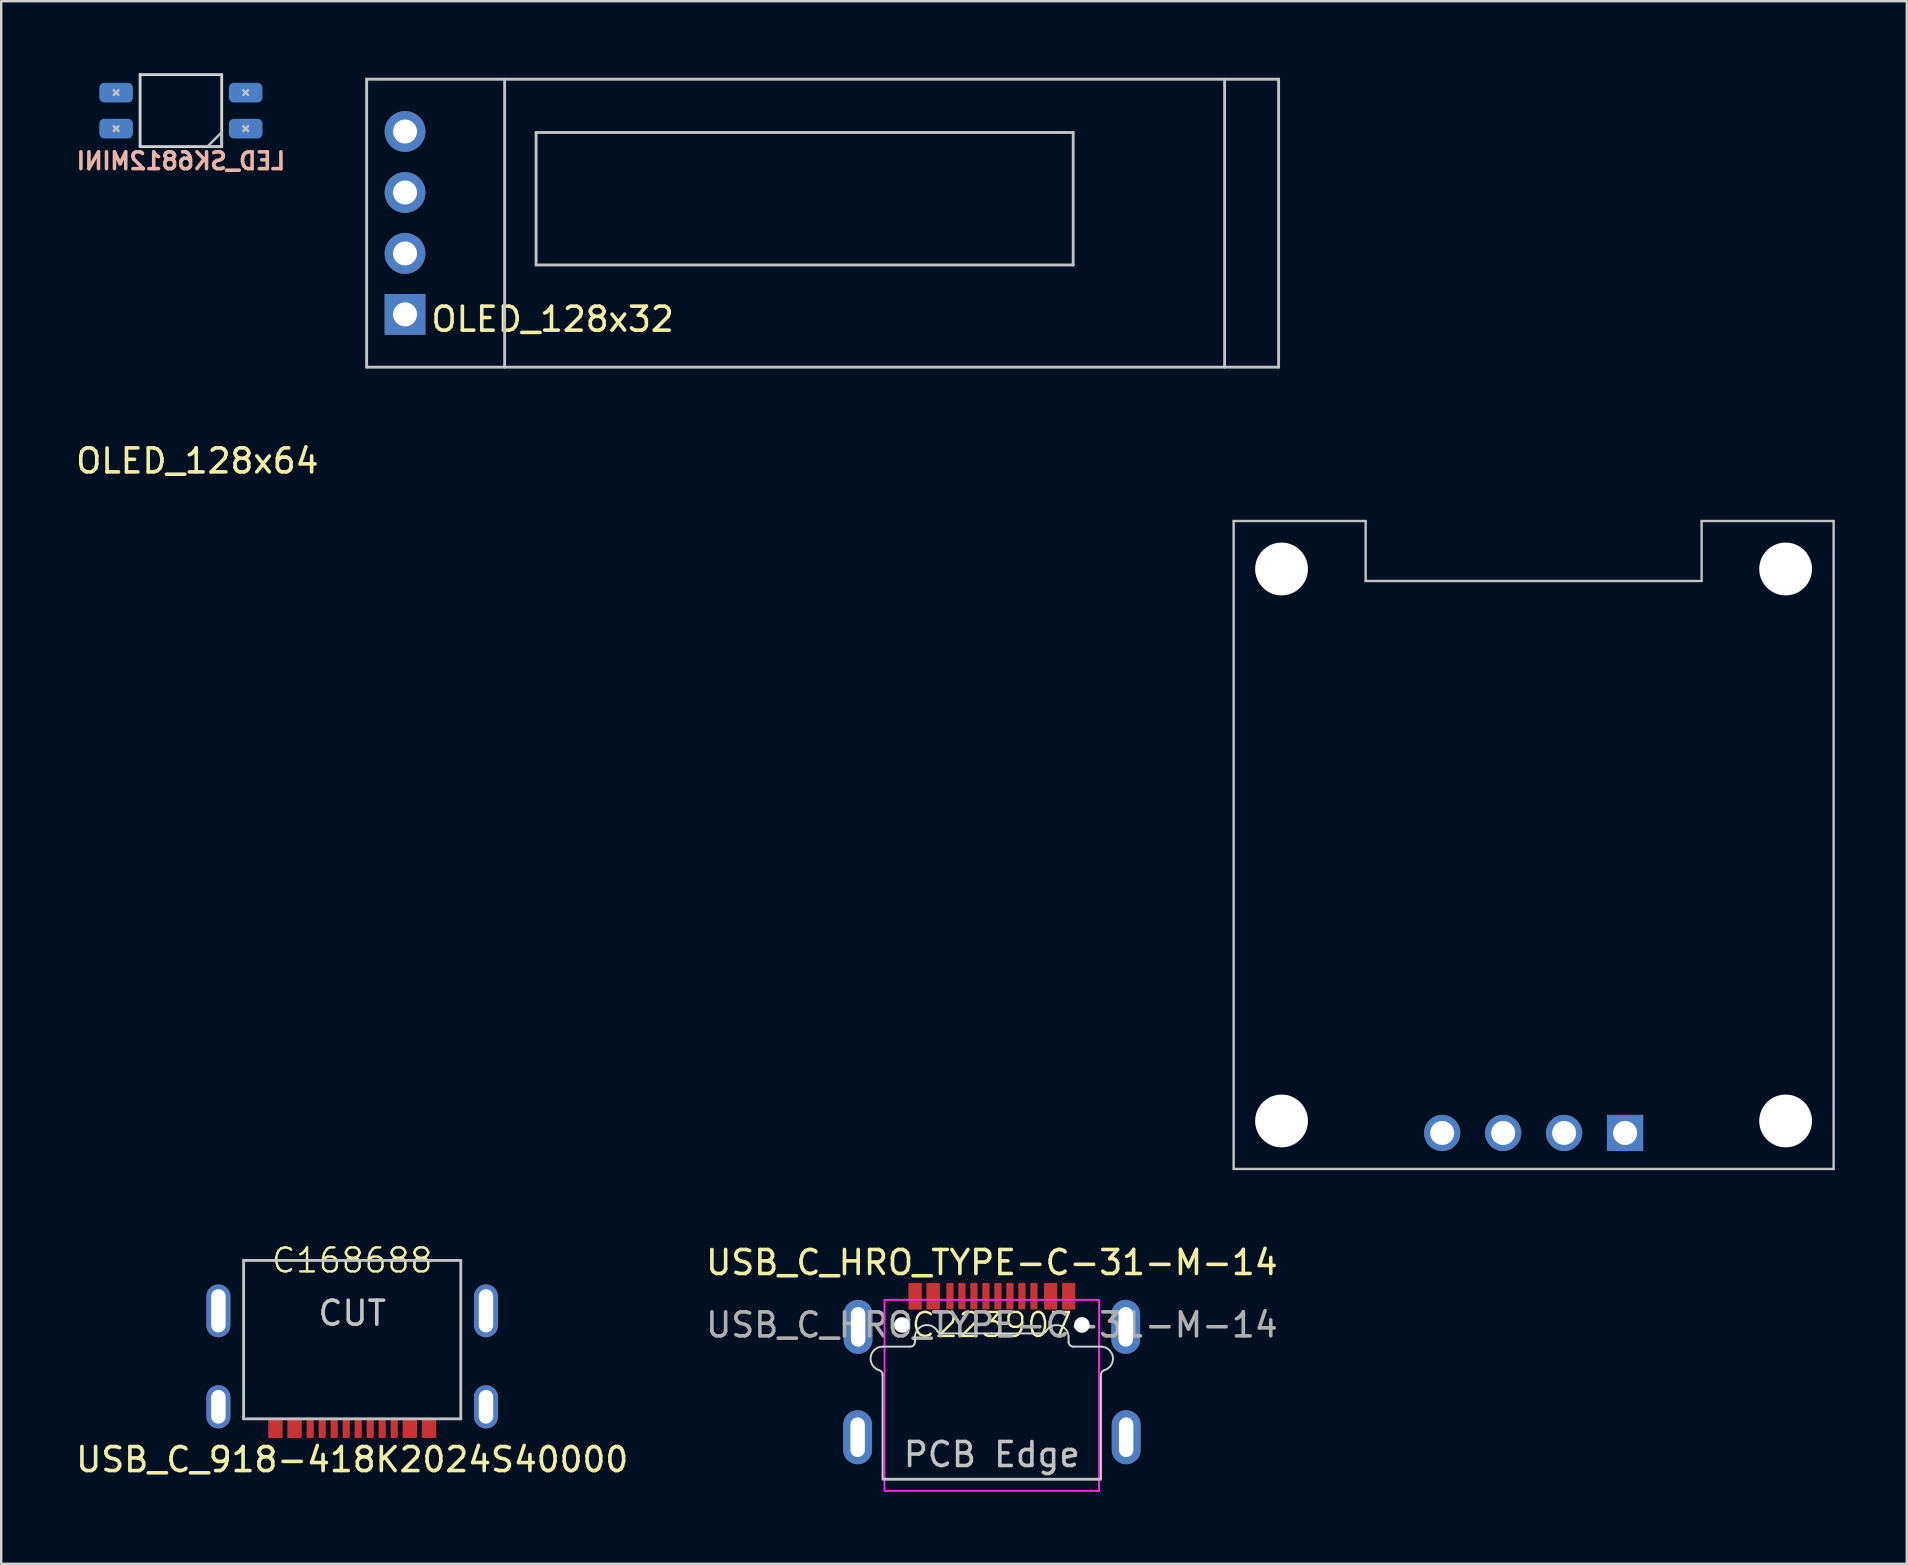
<source format=kicad_pcb>
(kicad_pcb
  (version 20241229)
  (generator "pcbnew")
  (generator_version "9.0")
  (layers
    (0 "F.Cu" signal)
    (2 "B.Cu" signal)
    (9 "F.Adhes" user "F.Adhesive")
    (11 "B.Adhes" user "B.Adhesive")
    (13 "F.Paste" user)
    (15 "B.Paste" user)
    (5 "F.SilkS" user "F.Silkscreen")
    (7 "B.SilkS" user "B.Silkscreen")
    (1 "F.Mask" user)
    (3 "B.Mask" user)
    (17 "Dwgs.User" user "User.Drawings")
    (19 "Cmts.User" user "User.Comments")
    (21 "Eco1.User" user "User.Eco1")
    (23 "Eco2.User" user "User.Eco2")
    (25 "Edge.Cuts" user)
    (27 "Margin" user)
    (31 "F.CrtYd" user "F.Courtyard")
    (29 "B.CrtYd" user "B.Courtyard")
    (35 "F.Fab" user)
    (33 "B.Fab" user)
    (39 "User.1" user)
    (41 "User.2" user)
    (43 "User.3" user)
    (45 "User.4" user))
  (footprint "USB_C_HRO_TYPE-C-31-M-14"
    (layer "F.Cu")
    (at 38.28 52.157)
    (property "Reference" "USB_C_HRO_TYPE-C-31-M-14" (at 0 -2.6 180) (layer "F.SilkS") (effects (font (size 1 1) (thickness 0.15))))
    (property "LCSC" "C223907" (at 0 0 0) (unlocked yes) (layer "F.SilkS") (effects (font (size 1 1) (thickness 0.1))))
    (attr smd)
    (fp_line (start -4.525 6.43) (end 4.525 6.43) (stroke (width 0.12) (type solid)) (layer "Dwgs.User"))
    (fp_line (start -4.555 2.076) (end -4.555 6.435) (stroke (width 0.08) (type solid)) (layer "Edge.Cuts"))
    (fp_line (start -3.405 0.905) (end -4.555 0.905) (stroke (width 0.08) (type solid)) (layer "Edge.Cuts"))
    (fp_line (start -3.205 0.505) (end -3.205 0.705) (stroke (width 0.08) (type solid)) (layer "Edge.Cuts"))
    (fp_line (start -0.005 0.355) (end -2.099 0.355) (stroke (width 0.08) (type solid)) (layer "Edge.Cuts"))
    (fp_line (start -0.005 0.355) (end 2.089 0.355) (stroke (width 0.08) (type solid)) (layer "Edge.Cuts"))
    (fp_line (start 3.195 0.505) (end 3.195 0.705) (stroke (width 0.08) (type solid)) (layer "Edge.Cuts"))
    (fp_line (start 3.395 0.905) (end 4.545 0.905) (stroke (width 0.08) (type solid)) (layer "Edge.Cuts"))
    (fp_line (start 4.545 2.076) (end 4.545 6.435) (stroke (width 0.08) (type solid)) (layer "Edge.Cuts"))
    (fp_arc (start -4.697856 1.884157) (mid -5.04976 1.332815) (end -4.554999 0.905) (stroke (width 0.08) (type solid)) (layer "Edge.Cuts"))
    (fp_arc (start -4.697856 1.884158) (mid -4.594642 1.956298) (end -4.554999 2.075821) (stroke (width 0.08) (type solid)) (layer "Edge.Cuts"))
    (fp_arc (start -3.204999 0.505) (mid -2.834408 0.022037) (end -2.271986 0.255) (stroke (width 0.08) (type solid)) (layer "Edge.Cuts"))
    (fp_arc (start -3.204998 0.705) (mid -3.263577 0.846421) (end -3.404998 0.905) (stroke (width 0.08) (type solid)) (layer "Edge.Cuts"))
    (fp_arc (start -2.098781 0.355) (mid -2.198781 0.328205) (end -2.271986 0.255) (stroke (width 0.08) (type solid)) (layer "Edge.Cuts"))
    (fp_arc (start 2.261988 0.255) (mid 2.188783 0.328205) (end 2.088783 0.355) (stroke (width 0.08) (type solid)) (layer "Edge.Cuts"))
    (fp_arc (start 2.261988 0.255) (mid 2.824411 0.022037) (end 3.195001 0.505) (stroke (width 0.08) (type solid)) (layer "Edge.Cuts"))
    (fp_arc (start 3.395 0.904999) (mid 3.253579 0.846421) (end 3.195001 0.705) (stroke (width 0.08) (type solid)) (layer "Edge.Cuts"))
    (fp_arc (start 4.545001 0.904999) (mid 5.039764 1.332815) (end 4.687858 1.884158) (stroke (width 0.08) (type solid)) (layer "Edge.Cuts"))
    (fp_arc (start 4.545001 2.075821) (mid 4.584644 1.956298) (end 4.687858 1.884158) (stroke (width 0.08) (type solid)) (layer "Edge.Cuts"))
    (fp_line (start -4.475 -1.045) (end 4.465 -1.045) (stroke (width 0.08) (type solid)) (layer "F.CrtYd"))
    (fp_line (start -4.475 6.915) (end -4.475 -1.045) (stroke (width 0.08) (type solid)) (layer "F.CrtYd"))
    (fp_line (start 4.465 -1.045) (end 4.465 6.915) (stroke (width 0.08) (type solid)) (layer "F.CrtYd"))
    (fp_line (start 4.465 6.915) (end -4.475 6.915) (stroke (width 0.08) (type solid)) (layer "F.CrtYd"))
    (fp_text user "PCB Edge" (at 0 5.4 0) (layer "Dwgs.User") (effects (font (size 1 1) (thickness 0.15))))
    (fp_text user "${REFERENCE}" (at 0 0 0) (layer "F.Fab") (effects (font (size 1 1) (thickness 0.15))))
    (pad "" np_thru_hole circle (at -3.75 0) (size 0.65 0.65) (drill 0.65) (layers "*.Cu" "*.Mask"))
    (pad "" np_thru_hole circle (at 3.75 0) (size 0.65 0.65) (drill 0.65) (layers "*.Cu" "*.Mask"))
    (pad "A1" smd rect (at -3.2 -1.2 180) (size 0.54 1.1) (layers "F.Cu" "F.Mask" "F.Paste"))
    (pad "A4" smd rect (at -2.45 -1.2 180) (size 0.54 1.1) (layers "F.Cu" "F.Mask" "F.Paste"))
    (pad "A5" smd rect (at -1.25 -1.2 180) (size 0.3 1.1) (layers "F.Cu" "F.Mask" "F.Paste"))
    (pad "A6" smd rect (at -0.25 -1.2 180) (size 0.3 1.1) (layers "F.Cu" "F.Mask" "F.Paste"))
    (pad "A7" smd rect (at 0.25 -1.2 180) (size 0.3 1.1) (layers "F.Cu" "F.Mask" "F.Paste"))
    (pad "A8" smd rect (at 1.25 -1.2 180) (size 0.3 1.1) (layers "F.Cu" "F.Mask" "F.Paste"))
    (pad "A9" smd rect (at 2.45 -1.2 180) (size 0.54 1.1) (layers "F.Cu" "F.Mask" "F.Paste"))
    (pad "A12" smd rect (at 3.2 -1.2 180) (size 0.54 1.1) (layers "F.Cu" "F.Mask" "F.Paste"))
    (pad "B1" smd rect (at 3.2 -1.2 180) (size 0.54 1.1) (layers "F.Cu" "F.Mask" "F.Paste"))
    (pad "B4" smd rect (at 2.45 -1.2 180) (size 0.54 1.1) (layers "F.Cu" "F.Mask" "F.Paste"))
    (pad "B5" smd rect (at 1.75 -1.2 180) (size 0.3 1.1) (layers "F.Cu" "F.Mask" "F.Paste"))
    (pad "B6" smd rect (at 0.75 -1.2 180) (size 0.3 1.1) (layers "F.Cu" "F.Mask" "F.Paste"))
    (pad "B7" smd rect (at -0.75 -1.2 180) (size 0.3 1.1) (layers "F.Cu" "F.Mask" "F.Paste"))
    (pad "B8" smd rect (at -1.75 -1.2 180) (size 0.3 1.1) (layers "F.Cu" "F.Mask" "F.Paste"))
    (pad "B9" smd rect (at -2.45 -1.2 180) (size 0.54 1.1) (layers "F.Cu" "F.Mask" "F.Paste"))
    (pad "B12" smd rect (at -3.2 -1.2 180) (size 0.54 1.1) (layers "F.Cu" "F.Mask" "F.Paste"))
    (pad "S1" thru_hole oval (at -5.595 4.68 180) (size 1.2 2.25) (drill oval 0.6 1.65) (layers "*.Cu" "*.Mask"))
    (pad "S1" thru_hole oval (at -5.575 0.08 180) (size 1.2 2.25) (drill oval 0.6 1.65) (layers "*.Cu" "*.Mask"))
    (pad "S1" thru_hole oval (at 5.575 0.08 180) (size 1.2 2.25) (drill oval 0.6 1.65) (layers "*.Cu" "*.Mask"))
    (pad "S1" thru_hole oval (at 5.595 4.68 180) (size 1.2 2.25) (drill oval 0.6 1.65) (layers "*.Cu" "*.Mask")))
  (footprint "OLED_128x32"
    (layer "F.Cu")
    (at 12.227 0.25)
    (property "Reference" "OLED_128x32" (at 7.75 10 0) (layer "F.SilkS") (effects (font (size 1 1) (thickness 0.15))))
    (attr through_hole exclude_from_pos_files)
    (fp_line (start 0 0) (end 0 12) (stroke (width 0.12) (type solid)) (layer "Dwgs.User"))
    (fp_line (start 0 0) (end 38 0) (stroke (width 0.12) (type solid)) (layer "Dwgs.User"))
    (fp_line (start 5.75 0) (end 5.75 12) (stroke (width 0.12) (type solid)) (layer "Dwgs.User"))
    (fp_line (start 7.06 2.22) (end 7.06 7.74) (stroke (width 0.12) (type solid)) (layer "Dwgs.User"))
    (fp_line (start 7.06 2.22) (end 29.44 2.22) (stroke (width 0.12) (type solid)) (layer "Dwgs.User"))
    (fp_line (start 7.06 7.74) (end 29.44 7.74) (stroke (width 0.12) (type solid)) (layer "Dwgs.User"))
    (fp_line (start 29.44 7.74) (end 29.44 2.22) (stroke (width 0.12) (type solid)) (layer "Dwgs.User"))
    (fp_line (start 35.75 0) (end 35.75 12) (stroke (width 0.12) (type solid)) (layer "Dwgs.User"))
    (fp_line (start 38 0) (end 38 12) (stroke (width 0.12) (type solid)) (layer "Dwgs.User"))
    (fp_line (start 38 12) (end 0 12) (stroke (width 0.12) (type solid)) (layer "Dwgs.User"))
    (pad "1" thru_hole rect (at 1.6 9.8 180) (size 1.7 1.7) (drill 1) (layers "*.Cu" "*.Mask"))
    (pad "2" thru_hole oval (at 1.6 7.26 180) (size 1.7 1.7) (drill 1) (layers "*.Cu" "*.Mask"))
    (pad "3" thru_hole oval (at 1.6 4.72 180) (size 1.7 1.7) (drill 1) (layers "*.Cu" "*.Mask"))
    (pad "4" thru_hole oval (at 1.6 2.18 180) (size 1.7 1.7) (drill 1) (layers "*.Cu" "*.Mask")))
  (footprint "OLED_128x64"
    (layer "F.Cu")
    (at 60.853 32.158)
    (property "Reference" "OLED_128x64" (at -55.68 -16 180) (layer "F.SilkS") (effects (font (size 1 1) (thickness 0.15))))
    (attr through_hole)
    (fp_line (start -12.5 -13.5) (end -12.5 13.5) (stroke (width 0.1) (type default)) (layer "Dwgs.User"))
    (fp_line (start -12.5 13.5) (end 12.5 13.5) (stroke (width 0.1) (type default)) (layer "Dwgs.User"))
    (fp_line (start -7 -13.5) (end -12.5 -13.5) (stroke (width 0.1) (type default)) (layer "Dwgs.User"))
    (fp_line (start -7 -13.5) (end -7 -11) (stroke (width 0.1) (type default)) (layer "Dwgs.User"))
    (fp_line (start -7 -11) (end 7 -11) (stroke (width 0.1) (type default)) (layer "Dwgs.User"))
    (fp_line (start 7 -11) (end 7 -13.5) (stroke (width 0.1) (type default)) (layer "Dwgs.User"))
    (fp_line (start 12.5 -13.5) (end 7 -13.5) (stroke (width 0.1) (type default)) (layer "Dwgs.User"))
    (fp_line (start 12.5 13.5) (end 12.5 -13.5) (stroke (width 0.1) (type default)) (layer "Dwgs.User"))
    (pad "" np_thru_hole circle (at -10.504 -11.5 180) (size 2.2 2.2) (drill 2.2) (layers "*.Cu" "*.Mask"))
    (pad "" np_thru_hole circle (at -10.504 11.5 180) (size 2.2 2.2) (drill 2.2) (layers "*.Cu" "*.Mask"))
    (pad "" np_thru_hole circle (at 10.5 -11.5 180) (size 2.2 2.2) (drill 2.2) (layers "*.Cu" "*.Mask"))
    (pad "" np_thru_hole circle (at 10.5 11.5 180) (size 2.2 2.2) (drill 2.2) (layers "*.Cu" "*.Mask"))
    (pad "1" thru_hole rect (at 3.81 12 180) (size 1.508 1.508) (drill 1) (layers "*.Cu" "*.Mask"))
    (pad "2" thru_hole circle (at 1.27 12 180) (size 1.508 1.508) (drill 1) (layers "*.Cu" "*.Mask"))
    (pad "3" thru_hole circle (at -1.27 12 180) (size 1.508 1.508) (drill 1) (layers "*.Cu" "*.Mask"))
    (pad "4" thru_hole circle (at -3.81 12 180) (size 1.508 1.508) (drill 1) (layers "*.Cu" "*.Mask")))
  (footprint "USB_C_918-418K2024S40000"
    (layer "F.Cu")
    (at 11.625 49.469)
    (property "Reference" "USB_C_918-418K2024S40000" (at 0 8.3 0) (layer "F.SilkS") (effects (font (size 1 1) (thickness 0.15))))
    (property "LCSC" "C168688" (at 0 0 0) (unlocked yes) (layer "F.SilkS") (effects (font (size 1 1) (thickness 0.1))))
    (attr through_hole)
    (fp_line (start -4.525 0) (end -4.525 6.6) (stroke (width 0.12) (type solid)) (layer "Dwgs.User"))
    (fp_line (start -4.525 0) (end 4.525 0) (stroke (width 0.12) (type solid)) (layer "Dwgs.User"))
    (fp_line (start -4.525 6.6) (end 4.525 6.6) (stroke (width 0.12) (type solid)) (layer "Dwgs.User"))
    (fp_line (start 4.525 0) (end 4.525 6.6) (stroke (width 0.12) (type solid)) (layer "Dwgs.User"))
    (fp_text user "CUT" (at 0 2.2 0) (layer "Dwgs.User") (effects (font (size 1 1) (thickness 0.15))))
    (pad "A1" smd rect (at -3.2 7) (size 0.6 0.8) (layers "F.Cu" "F.Mask" "F.Paste"))
    (pad "A1" smd rect (at 3.2 7) (size 0.6 0.8) (layers "F.Cu" "F.Mask" "F.Paste"))
    (pad "A4" smd rect (at -2.4 7) (size 0.6 0.8) (layers "F.Cu" "F.Mask" "F.Paste"))
    (pad "A4" smd rect (at 2.4 7) (size 0.6 0.8) (layers "F.Cu" "F.Mask" "F.Paste"))
    (pad "A5" smd rect (at 1.25 7) (size 0.3 0.8) (layers "F.Cu" "F.Mask" "F.Paste"))
    (pad "A6" smd rect (at 0.25 7) (size 0.3 0.8) (layers "F.Cu" "F.Mask" "F.Paste"))
    (pad "A7" smd rect (at -0.25 7) (size 0.3 0.8) (layers "F.Cu" "F.Mask" "F.Paste"))
    (pad "A8" smd rect (at -1.25 7) (size 0.3 0.8) (layers "F.Cu" "F.Mask" "F.Paste"))
    (pad "B5" smd rect (at -1.75 7) (size 0.3 0.8) (layers "F.Cu" "F.Mask" "F.Paste"))
    (pad "B6" smd rect (at -0.75 7) (size 0.3 0.8) (layers "F.Cu" "F.Mask" "F.Paste"))
    (pad "B7" smd rect (at 0.75 7) (size 0.3 0.8) (layers "F.Cu" "F.Mask" "F.Paste"))
    (pad "B8" smd rect (at 1.75 7) (size 0.3 0.8) (layers "F.Cu" "F.Mask" "F.Paste"))
    (pad "S1" thru_hole oval (at -5.575 2.1) (size 1 2.2) (drill oval 0.6 1.8) (layers "*.Cu" "*.Mask"))
    (pad "S1" thru_hole oval (at -5.575 6.1) (size 1 1.8) (drill oval 0.6 1.4) (layers "*.Cu" "*.Mask"))
    (pad "S1" thru_hole oval (at 5.575 2.1) (size 1 2.2) (drill oval 0.6 1.8) (layers "*.Cu" "*.Mask"))
    (pad "S1" thru_hole oval (at 5.575 6.1) (size 1 1.8) (drill oval 0.6 1.4) (layers "*.Cu" "*.Mask")))
  (footprint "LED_SK6812MINI"
    (layer "F.Cu")
    (at 4.488 1.56)
    (property "Reference" "LED_SK6812MINI" (at 0 2.1 0) (unlocked yes) (layer "B.SilkS") (effects (font (size 0.7 0.7) (thickness 0.15)) (justify mirror)))
    (attr through_hole)
    (fp_line (start -2.8 -0.85) (end -2.6 -0.65) (stroke (width 0.1) (type default)) (layer "Dwgs.User"))
    (fp_line (start -2.8 0.65) (end -2.6 0.85) (stroke (width 0.1) (type default)) (layer "Dwgs.User"))
    (fp_line (start -2.6 -0.85) (end -2.8 -0.65) (stroke (width 0.1) (type default)) (layer "Dwgs.User"))
    (fp_line (start -2.6 0.65) (end -2.8 0.85) (stroke (width 0.1) (type default)) (layer "Dwgs.User"))
    (fp_line (start 2.6 -0.85) (end 2.8 -0.65) (stroke (width 0.1) (type default)) (layer "Dwgs.User"))
    (fp_line (start 2.6 0.65) (end 2.8 0.85) (stroke (width 0.1) (type default)) (layer "Dwgs.User"))
    (fp_line (start 2.8 -0.85) (end 2.6 -0.65) (stroke (width 0.1) (type default)) (layer "Dwgs.User"))
    (fp_line (start 2.8 0.65) (end 2.6 0.85) (stroke (width 0.1) (type default)) (layer "Dwgs.User"))
    (fp_poly (pts (xy 1.1 1.5) (xy 1.7 1.5) (xy 1.7 0.9)) (stroke (width 0.1) (type solid)) (fill no) (layer "Dwgs.User"))
    (fp_line (start -1.7 -1.5) (end -1.7 1.5) (stroke (width 0.12) (type solid)) (layer "Edge.Cuts"))
    (fp_line (start -1.7 1.5) (end 1.7 1.5) (stroke (width 0.12) (type solid)) (layer "Edge.Cuts"))
    (fp_line (start 1.7 -1.5) (end -1.7 -1.5) (stroke (width 0.12) (type solid)) (layer "Edge.Cuts"))
    (fp_line (start 1.7 1.5) (end 1.7 -1.5) (stroke (width 0.12) (type solid)) (layer "Edge.Cuts"))
    (pad "1" smd roundrect (at -2.7 -0.75) (size 1.4 0.82) (layers "B.Cu" "B.Mask" "B.Paste") (roundrect_rratio 0.25))
    (pad "2" smd roundrect (at -2.7 0.75) (size 1.4 0.82) (layers "B.Cu" "B.Mask" "B.Paste") (roundrect_rratio 0.25))
    (pad "3" smd roundrect (at 2.7 0.75) (size 1.4 0.82) (layers "B.Cu" "B.Mask" "B.Paste") (roundrect_rratio 0.25))
    (pad "4" smd roundrect (at 2.7 -0.75) (size 1.4 0.82) (layers "B.Cu" "B.Mask" "B.Paste") (roundrect_rratio 0.25)))
  (gr_rect
    (start -3 -3)
    (end 76.403 62.111)
    (stroke (width 0.1) (type default))
    (fill no)
    (layer "Edge.Cuts")))
</source>
